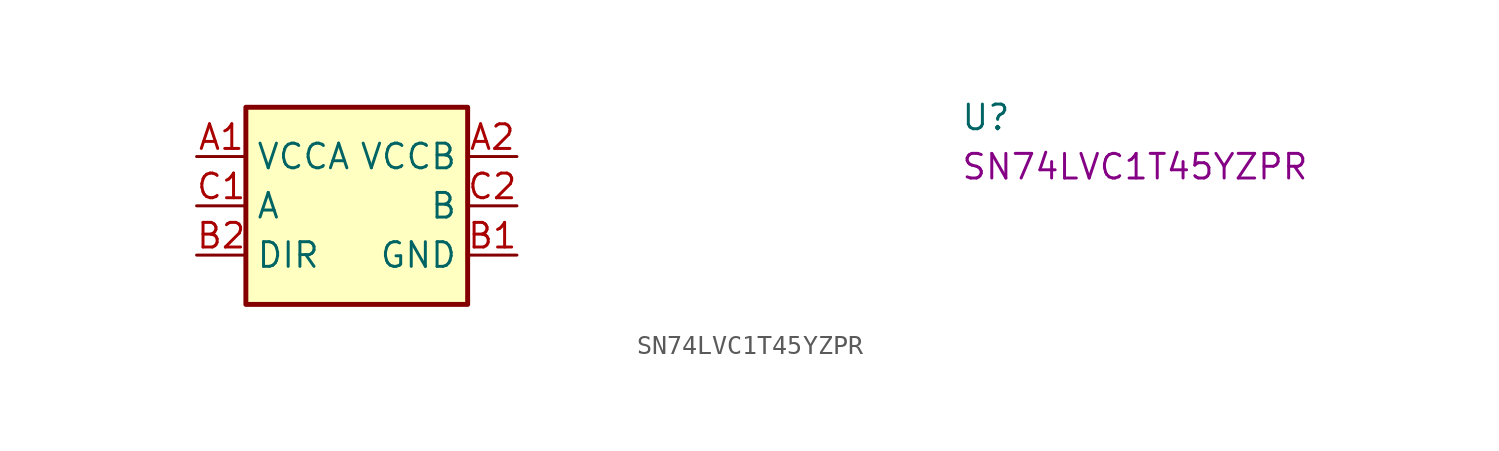
<source format=kicad_sym>
(kicad_symbol_lib
  (version 20220914)
  (generator kicad_symbol_editor)
  (symbol "SN74LVC1T45YZPR"
    (property "Reference" "U"
      (at 39.37 1.27 0)
      (effects (font (size 1.27 1.27)) (justify left bottom)))
    (property "MPN" "SN74LVC1T45YZPR"
      (at 39.37 -1.27 0)
      (effects (font (size 1.27 1.27)) (justify left bottom)))
    (symbol "SN74LVC1T45YZPR_1_1"
      (rectangle (start 2.54 2.54) (end 13.97 -7.62) (stroke (width 0.254) (type default)) (fill (type background)))
      (pin power_in line (at 0 0 0) (length 2.54) (name "VCCA" (effects (font (size 1.27 1.27)))) (number "A1" (effects (font (size 1.27 1.27)))))
      (pin power_in line (at 16.51 0 180) (length 2.54) (name "VCCB" (effects (font (size 1.27 1.27)))) (number "A2" (effects (font (size 1.27 1.27)))))
      (pin power_in line (at 16.51 -5.08 180) (length 2.54) (name "GND" (effects (font (size 1.27 1.27)))) (number "B1" (effects (font (size 1.27 1.27)))))
      (pin input line (at 0 -5.08 0) (length 2.54) (name "DIR" (effects (font (size 1.27 1.27)))) (number "B2" (effects (font (size 1.27 1.27)))))
      (pin bidirectional line (at 0 -2.54 0) (length 2.54) (name "A" (effects (font (size 1.27 1.27)))) (number "C1" (effects (font (size 1.27 1.27)))))
      (pin bidirectional line (at 16.51 -2.54 180) (length 2.54) (name "B" (effects (font (size 1.27 1.27)))) (number "C2" (effects (font (size 1.27 1.27))))))))
</source>
